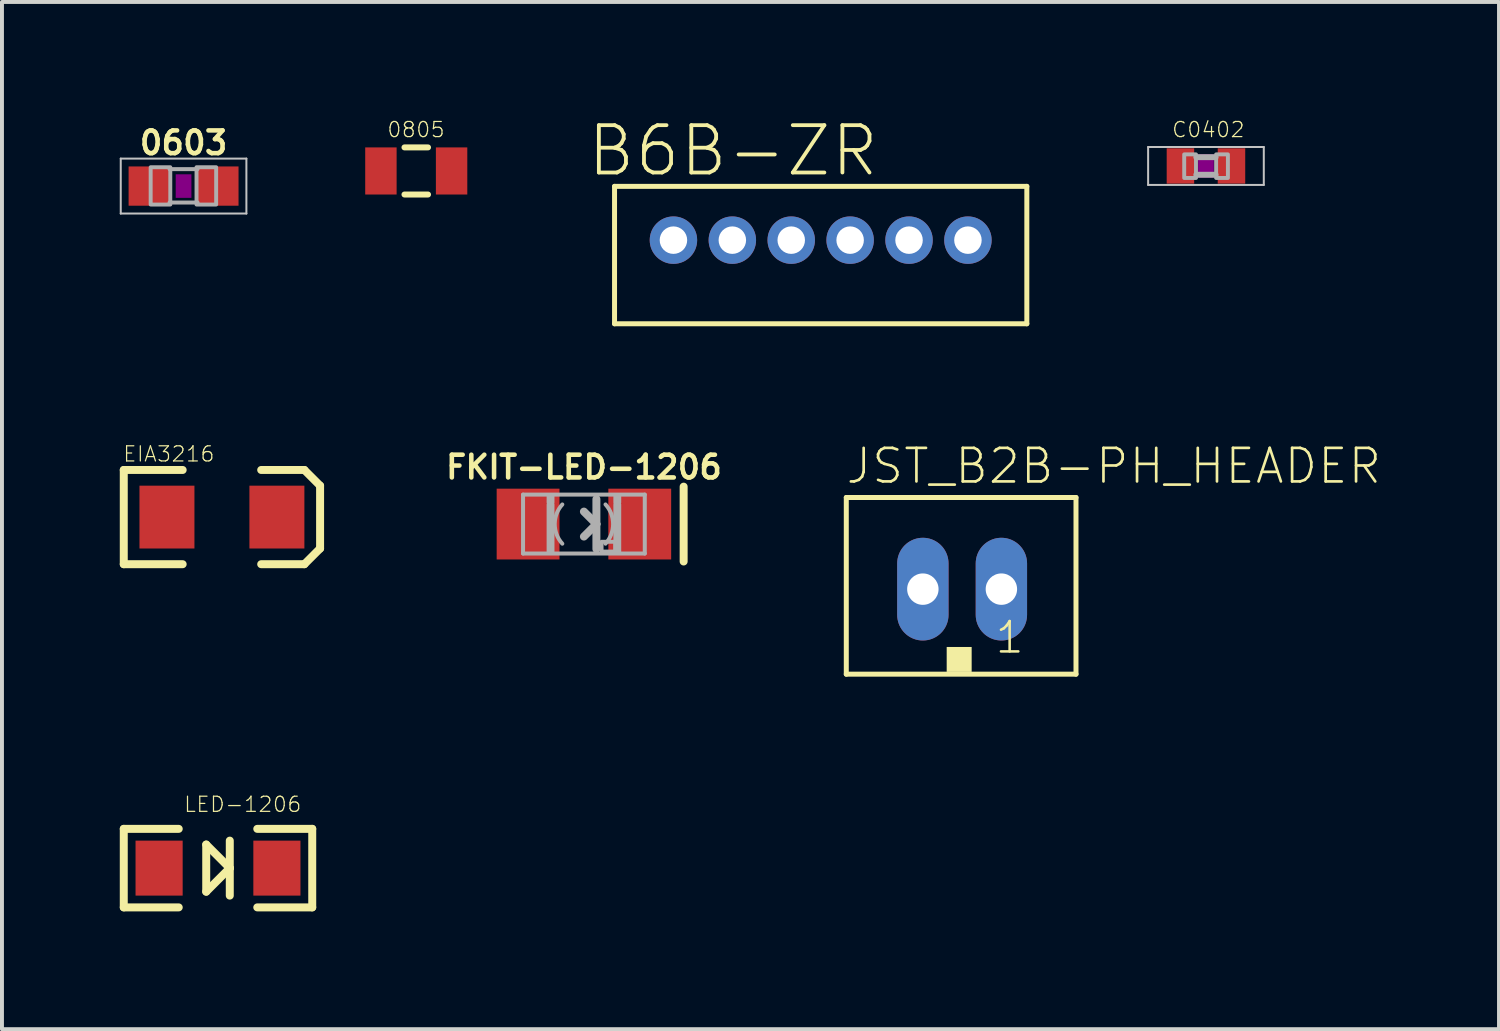
<source format=kicad_pcb>
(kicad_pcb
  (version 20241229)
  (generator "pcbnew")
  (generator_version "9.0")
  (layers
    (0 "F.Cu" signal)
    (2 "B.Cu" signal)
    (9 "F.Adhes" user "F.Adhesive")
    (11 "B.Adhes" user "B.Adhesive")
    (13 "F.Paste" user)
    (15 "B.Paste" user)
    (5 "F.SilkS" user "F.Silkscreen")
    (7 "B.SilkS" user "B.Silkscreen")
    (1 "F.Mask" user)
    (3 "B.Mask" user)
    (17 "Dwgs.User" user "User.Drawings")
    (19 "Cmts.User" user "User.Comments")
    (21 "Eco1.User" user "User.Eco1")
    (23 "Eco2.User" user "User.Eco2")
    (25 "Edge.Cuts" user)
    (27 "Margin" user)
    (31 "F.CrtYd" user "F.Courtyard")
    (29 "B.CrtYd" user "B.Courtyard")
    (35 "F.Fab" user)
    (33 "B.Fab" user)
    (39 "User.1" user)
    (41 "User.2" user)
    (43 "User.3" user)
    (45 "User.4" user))
  (footprint "JST_B2B-PH_HEADER"
    (layer "F.Cu")
    (at 21.378 12.002)
    (property "Reference" "JST_B2B-PH_HEADER" (at -2.925 -2.683 180) (layer "F.SilkS") (effects (font (size 0.855 0.855) (thickness 0.068)) (justify left bottom)))
    (attr through_hole)
    (fp_line (start -2.875 -2.382) (end 2.975 -2.382) (stroke (width 0.127) (type solid)) (layer "F.SilkS"))
    (fp_line (start -2.875 2.118) (end -2.875 -2.382) (stroke (width 0.127) (type solid)) (layer "F.SilkS"))
    (fp_line (start 2.975 -2.382) (end 2.975 2.118) (stroke (width 0.127) (type solid)) (layer "F.SilkS"))
    (fp_line (start 2.975 2.118) (end -2.875 2.118) (stroke (width 0.127) (type solid)) (layer "F.SilkS"))
    (fp_poly (pts (xy -0.318 2.06) (xy 0.318 2.06) (xy 0.318 1.425) (xy -0.318 1.425)) (stroke (width 0) (type solid)) (fill yes) (layer "F.SilkS"))
    (fp_text user "1" (at 0.875 1.635 0) (layer "F.SilkS") (effects (font (size 0.772 0.772) (thickness 0.065)) (justify left bottom)))
    (pad "P1" thru_hole oval (at 1.075 -0.048 90) (size 2.616 1.308) (drill 0.8) (layers "*.Cu" "*.Mask"))
    (pad "P2" thru_hole oval (at -0.925 -0.048 90) (size 2.616 1.308) (drill 0.8) (layers "*.Cu" "*.Mask")))
  (footprint "C0402"
    (layer "F.Cu")
    (at 27.663 1.177)
    (property "Reference" "C0402" (at -0.889 -0.699 0) (layer "F.SilkS") (effects (font (size 0.386 0.386) (thickness 0.031)) (justify left bottom)))
    (attr through_hole)
    (fp_poly (pts (xy -0.2 0.3) (xy 0.2 0.3) (xy 0.2 -0.3) (xy -0.2 -0.3)) (stroke (width 0) (type solid)) (fill yes) (layer "F.Adhes"))
    (fp_line (start -1.473 -0.483) (end 1.473 -0.483) (stroke (width 0.051) (type solid)) (layer "Dwgs.User"))
    (fp_line (start -1.473 0.483) (end -1.473 -0.483) (stroke (width 0.051) (type solid)) (layer "Dwgs.User"))
    (fp_line (start 1.473 -0.483) (end 1.473 0.483) (stroke (width 0.051) (type solid)) (layer "Dwgs.User"))
    (fp_line (start 1.473 0.483) (end -1.473 0.483) (stroke (width 0.051) (type solid)) (layer "Dwgs.User"))
    (fp_line (start -0.245 -0.224) (end 0.245 -0.224) (stroke (width 0.152) (type solid)) (layer "F.Fab"))
    (fp_line (start 0.245 0.224) (end -0.245 0.224) (stroke (width 0.152) (type solid)) (layer "F.Fab"))
    (fp_poly (pts (xy -0.554 0.305) (xy -0.254 0.305) (xy -0.254 -0.295) (xy -0.554 -0.295)) (stroke (width 0.1) (type solid)) (fill no) (layer "F.Fab"))
    (fp_poly (pts (xy 0.259 0.305) (xy 0.559 0.305) (xy 0.559 -0.295) (xy 0.259 -0.295)) (stroke (width 0.1) (type solid)) (fill no) (layer "F.Fab"))
    (pad "1" smd rect (at -0.65 0) (size 0.7 0.9) (layers "F.Cu" "F.Mask" "F.Paste"))
    (pad "2" smd rect (at 0.65 0) (size 0.7 0.9) (layers "F.Cu" "F.Mask" "F.Paste")))
  (footprint "FKIT-LED-1206"
    (layer "F.Cu")
    (at 11.821 10.297)
    (property "Reference" "FKIT-LED-1206" (at 0 -1.111 0) (layer "F.SilkS") (effects (font (size 0.579 0.579) (thickness 0.116)) (justify bottom)))
    (attr through_hole)
    (fp_line (start 2.54 -0.953) (end 2.54 0.953) (stroke (width 0.203) (type solid)) (layer "F.SilkS"))
    (fp_line (start -1.55 -0.75) (end 1.55 -0.75) (stroke (width 0.102) (type solid)) (layer "F.Fab"))
    (fp_line (start -1.55 0.75) (end -1.55 -0.75) (stroke (width 0.102) (type solid)) (layer "F.Fab"))
    (fp_line (start 0.318 -0.635) (end 0.318 0) (stroke (width 0.203) (type solid)) (layer "F.Fab"))
    (fp_line (start 0.318 0) (end 0 -0.318) (stroke (width 0.203) (type solid)) (layer "F.Fab"))
    (fp_line (start 0.318 0) (end 0 0.318) (stroke (width 0.203) (type solid)) (layer "F.Fab"))
    (fp_line (start 0.318 0) (end 0.318 0.635) (stroke (width 0.203) (type solid)) (layer "F.Fab"))
    (fp_line (start 1.55 -0.75) (end 1.55 0.75) (stroke (width 0.102) (type solid)) (layer "F.Fab"))
    (fp_line (start 1.55 0.75) (end -1.55 0.75) (stroke (width 0.102) (type solid)) (layer "F.Fab"))
    (fp_arc (start -0.55 0.5) (mid -0.743303 0) (end -0.55 -0.5) (stroke (width 0.1016) (type solid)) (layer "F.Fab"))
    (fp_arc (start 0.55 -0.5) (mid 0.743303 0) (end 0.55 0.5) (stroke (width 0.1016) (type solid)) (layer "F.Fab"))
    (fp_poly (pts (xy -0.9 -0.55) (xy -0.8 -0.55) (xy -0.8 -0.7) (xy -0.9 -0.7)) (stroke (width 0.1) (type solid)) (fill no) (layer "F.Fab"))
    (fp_poly (pts (xy -0.9 0.7) (xy -0.8 0.7) (xy -0.8 -0.5) (xy -0.9 -0.5)) (stroke (width 0.1) (type solid)) (fill no) (layer "F.Fab"))
    (fp_poly (pts (xy 0.45 0.7) (xy 0.8 0.7) (xy 0.8 0.45) (xy 0.45 0.45)) (stroke (width 0.1) (type solid)) (fill no) (layer "F.Fab"))
    (fp_poly (pts (xy 0.8 -0.55) (xy 0.9 -0.55) (xy 0.9 -0.7) (xy 0.8 -0.7)) (stroke (width 0.1) (type solid)) (fill no) (layer "F.Fab"))
    (fp_poly (pts (xy 0.8 0.7) (xy 0.9 0.7) (xy 0.9 -0.5) (xy 0.8 -0.5)) (stroke (width 0.1) (type solid)) (fill no) (layer "F.Fab"))
    (pad "A" smd rect (at -1.422 0) (size 1.6 1.803) (layers "F.Cu" "F.Mask" "F.Paste"))
    (pad "C" smd rect (at 1.422 0) (size 1.6 1.803) (layers "F.Cu" "F.Mask" "F.Paste")))
  (footprint "B6B-ZR"
    (layer "F.Cu")
    (at 12.601 1.766)
    (property "Reference" "B6B-ZR" (at -0.75 -0.27 0) (layer "F.SilkS") (effects (font (size 1.206 1.206) (thickness 0.097)) (justify left bottom)))
    (attr through_hole)
    (fp_line (start 0 -0.07) (end 10.5 -0.07) (stroke (width 0.127) (type solid)) (layer "F.SilkS"))
    (fp_line (start 0 3.43) (end 0 -0.07) (stroke (width 0.127) (type solid)) (layer "F.SilkS"))
    (fp_line (start 10.5 -0.07) (end 10.5 3.43) (stroke (width 0.127) (type solid)) (layer "F.SilkS"))
    (fp_line (start 10.5 3.43) (end 0 3.43) (stroke (width 0.127) (type solid)) (layer "F.SilkS"))
    (pad "1" thru_hole circle (at 9 1.3) (size 1.208 1.208) (drill 0.7) (layers "*.Cu" "*.Mask"))
    (pad "2" thru_hole circle (at 7.5 1.3) (size 1.208 1.208) (drill 0.7) (layers "*.Cu" "*.Mask"))
    (pad "3" thru_hole circle (at 6 1.3) (size 1.208 1.208) (drill 0.7) (layers "*.Cu" "*.Mask"))
    (pad "4" thru_hole circle (at 4.5 1.3) (size 1.208 1.208) (drill 0.7) (layers "*.Cu" "*.Mask"))
    (pad "5" thru_hole circle (at 3 1.3) (size 1.208 1.208) (drill 0.7) (layers "*.Cu" "*.Mask"))
    (pad "6" thru_hole circle (at 1.5 1.3) (size 1.208 1.208) (drill 0.7) (layers "*.Cu" "*.Mask")))
  (footprint "LED-1206"
    (layer "F.Cu")
    (at 2.502 19.059)
    (property "Reference" "LED-1206" (at -0.889 -1.397 0) (layer "F.SilkS") (effects (font (size 0.386 0.386) (thickness 0.031)) (justify left bottom)))
    (attr through_hole)
    (fp_line (start -2.4 -1) (end -2.4 1) (stroke (width 0.203) (type solid)) (layer "F.SilkS"))
    (fp_line (start -2.4 1) (end -1 1) (stroke (width 0.203) (type solid)) (layer "F.SilkS"))
    (fp_line (start -1 -1) (end -2.4 -1) (stroke (width 0.203) (type solid)) (layer "F.SilkS"))
    (fp_line (start -0.3 -0.6) (end -0.3 0.6) (stroke (width 0.203) (type solid)) (layer "F.SilkS"))
    (fp_line (start -0.3 0.6) (end 0.3 0) (stroke (width 0.203) (type solid)) (layer "F.SilkS"))
    (fp_line (start 0.3 -0.7) (end 0.3 0) (stroke (width 0.203) (type solid)) (layer "F.SilkS"))
    (fp_line (start 0.3 0) (end -0.3 -0.6) (stroke (width 0.203) (type solid)) (layer "F.SilkS"))
    (fp_line (start 0.3 0) (end 0.3 0.7) (stroke (width 0.203) (type solid)) (layer "F.SilkS"))
    (fp_line (start 1 -1) (end 2.4 -1) (stroke (width 0.203) (type solid)) (layer "F.SilkS"))
    (fp_line (start 2.4 -1) (end 2.4 1) (stroke (width 0.203) (type solid)) (layer "F.SilkS"))
    (fp_line (start 2.4 1) (end 1 1) (stroke (width 0.203) (type solid)) (layer "F.SilkS"))
    (pad "A" smd rect (at -1.5 0) (size 1.2 1.4) (layers "F.Cu" "F.Mask" "F.Paste"))
    (pad "C" smd rect (at 1.5 0) (size 1.2 1.4) (layers "F.Cu" "F.Mask" "F.Paste")))
  (footprint "0603"
    (layer "F.Cu")
    (at 1.625 1.689)
    (property "Reference" "0603" (at 0 -0.762 0) (layer "F.SilkS") (effects (font (size 0.579 0.579) (thickness 0.116)) (justify bottom)))
    (attr through_hole)
    (fp_poly (pts (xy -0.2 0.3) (xy 0.2 0.3) (xy 0.2 -0.3) (xy -0.2 -0.3)) (stroke (width 0) (type solid)) (fill yes) (layer "F.Adhes"))
    (fp_line (start -1.6 -0.7) (end 1.6 -0.7) (stroke (width 0.051) (type solid)) (layer "Dwgs.User"))
    (fp_line (start -1.6 0.7) (end -1.6 -0.7) (stroke (width 0.051) (type solid)) (layer "Dwgs.User"))
    (fp_line (start 1.6 -0.7) (end 1.6 0.7) (stroke (width 0.051) (type solid)) (layer "Dwgs.User"))
    (fp_line (start 1.6 0.7) (end -1.6 0.7) (stroke (width 0.051) (type solid)) (layer "Dwgs.User"))
    (fp_line (start -0.356 -0.432) (end 0.356 -0.432) (stroke (width 0.102) (type solid)) (layer "F.Fab"))
    (fp_line (start -0.356 0.419) (end 0.356 0.419) (stroke (width 0.102) (type solid)) (layer "F.Fab"))
    (fp_poly (pts (xy -0.838 0.47) (xy -0.338 0.47) (xy -0.338 -0.48) (xy -0.838 -0.48)) (stroke (width 0.1) (type solid)) (fill no) (layer "F.Fab"))
    (fp_poly (pts (xy 0.33 0.47) (xy 0.83 0.47) (xy 0.83 -0.48) (xy 0.33 -0.48)) (stroke (width 0.1) (type solid)) (fill no) (layer "F.Fab"))
    (pad "1" smd rect (at -0.85 0) (size 1.1 1) (layers "F.Cu" "F.Mask" "F.Paste"))
    (pad "2" smd rect (at 0.85 0) (size 1.1 1) (layers "F.Cu" "F.Mask" "F.Paste")))
  (footprint "EIA3216"
    (layer "F.Cu")
    (at 2.602 10.119)
    (property "Reference" "EIA3216" (at -2.54 -1.381 180) (layer "F.SilkS") (effects (font (size 0.386 0.386) (thickness 0.031)) (justify left bottom)))
    (attr through_hole)
    (fp_line (start -2.5 -1.2) (end -1 -1.2) (stroke (width 0.203) (type solid)) (layer "F.SilkS"))
    (fp_line (start -2.5 1.2) (end -2.5 -1.2) (stroke (width 0.203) (type solid)) (layer "F.SilkS"))
    (fp_line (start -1 1.2) (end -2.5 1.2) (stroke (width 0.203) (type solid)) (layer "F.SilkS"))
    (fp_line (start 1 1.2) (end 2.1 1.2) (stroke (width 0.203) (type solid)) (layer "F.SilkS"))
    (fp_line (start 2.1 -1.2) (end 1 -1.2) (stroke (width 0.203) (type solid)) (layer "F.SilkS"))
    (fp_line (start 2.1 1.2) (end 2.5 0.8) (stroke (width 0.203) (type solid)) (layer "F.SilkS"))
    (fp_line (start 2.5 -0.8) (end 2.1 -1.2) (stroke (width 0.203) (type solid)) (layer "F.SilkS"))
    (fp_line (start 2.5 0.8) (end 2.5 -0.8) (stroke (width 0.203) (type solid)) (layer "F.SilkS"))
    (pad "A" smd rect (at 1.4 0 90) (size 1.6 1.4) (layers "F.Cu" "F.Mask" "F.Paste"))
    (pad "C" smd rect (at -1.4 0 90) (size 1.6 1.4) (layers "F.Cu" "F.Mask" "F.Paste")))
  (footprint "0805"
    (layer "F.Cu")
    (at 7.551 1.304)
    (property "Reference" "0805" (at -0.762 -0.826 180) (layer "F.SilkS") (effects (font (size 0.386 0.386) (thickness 0.031)) (justify left bottom)))
    (attr through_hole)
    (fp_line (start -0.3 -0.6) (end 0.3 -0.6) (stroke (width 0.152) (type solid)) (layer "F.SilkS"))
    (fp_line (start -0.3 0.6) (end 0.3 0.6) (stroke (width 0.152) (type solid)) (layer "F.SilkS"))
    (pad "1" smd rect (at -0.9 0) (size 0.8 1.2) (layers "F.Cu" "F.Mask" "F.Paste"))
    (pad "2" smd rect (at 0.9 0) (size 0.8 1.2) (layers "F.Cu" "F.Mask" "F.Paste")))
  (gr_rect
    (start -3 -3)
    (end 35.126 23.161)
    (stroke (width 0.1) (type default))
    (fill no)
    (layer "Edge.Cuts")))
</source>
